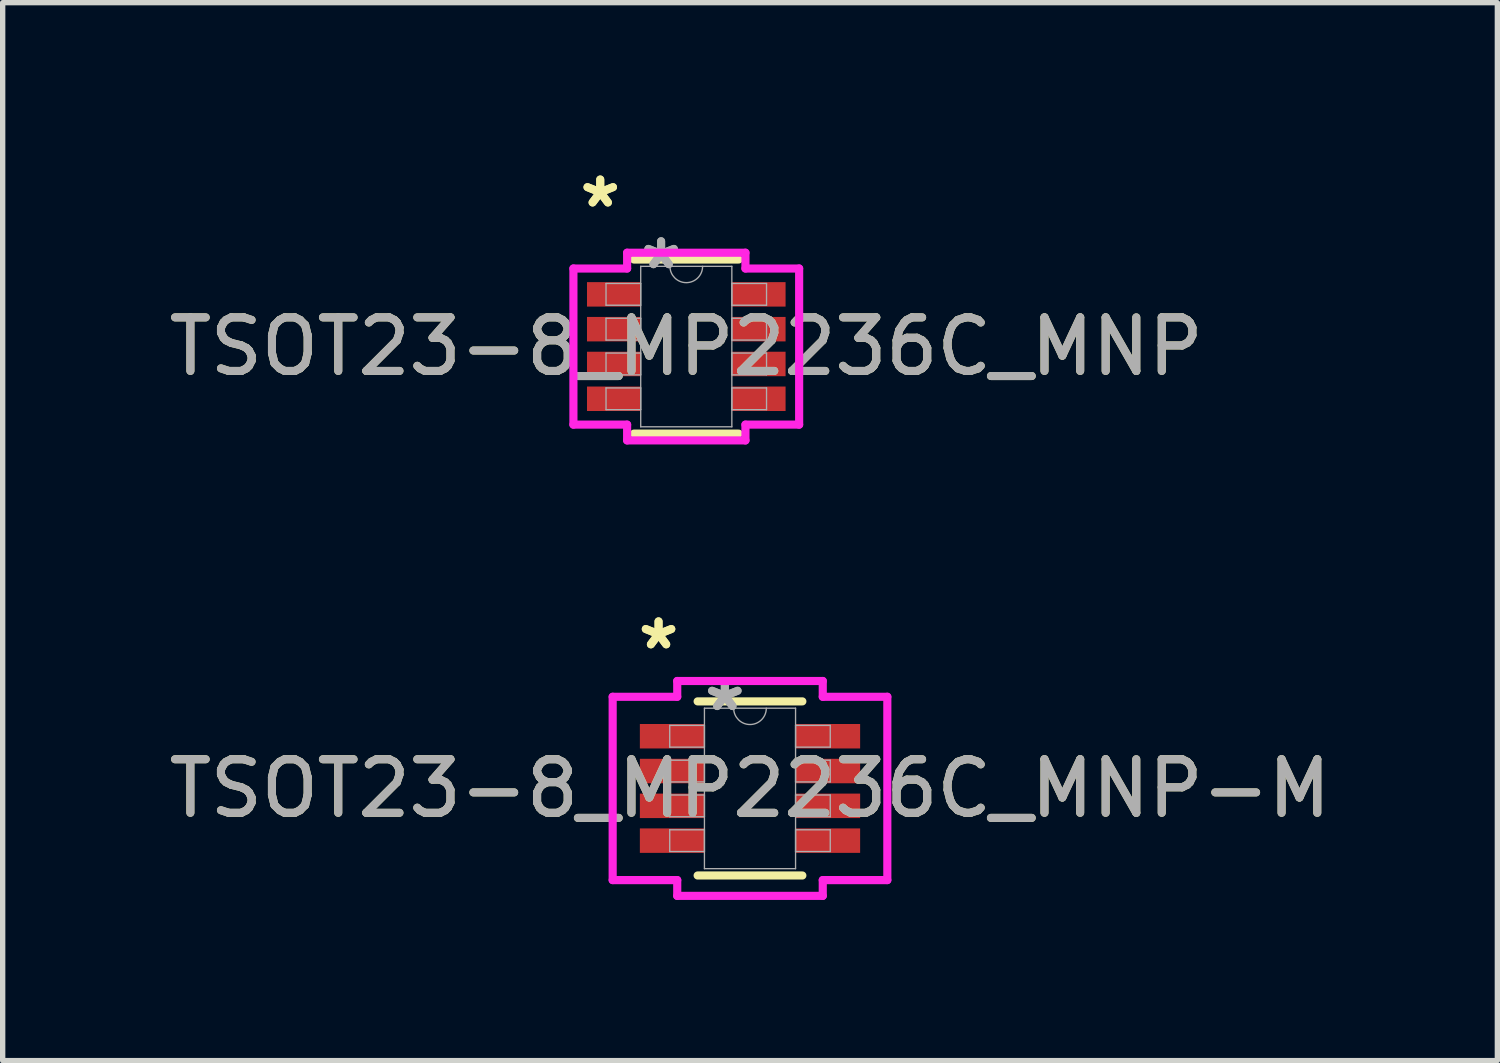
<source format=kicad_pcb>
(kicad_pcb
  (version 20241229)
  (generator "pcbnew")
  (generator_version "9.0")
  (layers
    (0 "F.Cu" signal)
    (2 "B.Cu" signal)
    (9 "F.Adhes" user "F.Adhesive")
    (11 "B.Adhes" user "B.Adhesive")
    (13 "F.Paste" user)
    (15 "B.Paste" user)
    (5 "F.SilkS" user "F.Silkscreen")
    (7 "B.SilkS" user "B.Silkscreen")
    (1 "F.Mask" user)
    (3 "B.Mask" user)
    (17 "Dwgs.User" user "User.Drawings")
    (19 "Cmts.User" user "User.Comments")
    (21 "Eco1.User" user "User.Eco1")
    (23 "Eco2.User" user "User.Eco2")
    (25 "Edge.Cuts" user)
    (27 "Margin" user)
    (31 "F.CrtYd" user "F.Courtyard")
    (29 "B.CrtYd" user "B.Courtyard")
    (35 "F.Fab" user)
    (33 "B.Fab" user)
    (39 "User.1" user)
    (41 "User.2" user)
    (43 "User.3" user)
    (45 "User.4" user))
  (footprint "TSOT23-8_MP2236C_MNP-M"
    (layer "F.Cu")
    (at 10.958 11.676)
    (property "Reference" "TSOT23-8_MP2236C_MNP-M" (at 0 0 0) (unlocked yes) (layer "F.SilkS") (effects (font (size 1 1) (thickness 0.15))))
    (attr smd)
    (fp_line (start -0.978 1.626) (end 0.978 1.626) (stroke (width 0.152) (type solid)) (layer "F.SilkS"))
    (fp_line (start 0.978 -1.626) (end -0.978 -1.626) (stroke (width 0.152) (type solid)) (layer "F.SilkS"))
    (fp_line (start -2.565 -1.712) (end -1.359 -1.712) (stroke (width 0.152) (type solid)) (layer "F.CrtYd"))
    (fp_line (start -2.565 1.712) (end -2.565 -1.712) (stroke (width 0.152) (type solid)) (layer "F.CrtYd"))
    (fp_line (start -2.565 1.712) (end -1.359 1.712) (stroke (width 0.152) (type solid)) (layer "F.CrtYd"))
    (fp_line (start -1.359 -2.007) (end 1.359 -2.007) (stroke (width 0.152) (type solid)) (layer "F.CrtYd"))
    (fp_line (start -1.359 -1.712) (end -1.359 -2.007) (stroke (width 0.152) (type solid)) (layer "F.CrtYd"))
    (fp_line (start -1.359 2.007) (end -1.359 1.712) (stroke (width 0.152) (type solid)) (layer "F.CrtYd"))
    (fp_line (start 1.359 -2.007) (end 1.359 -1.712) (stroke (width 0.152) (type solid)) (layer "F.CrtYd"))
    (fp_line (start 1.359 1.712) (end 1.359 2.007) (stroke (width 0.152) (type solid)) (layer "F.CrtYd"))
    (fp_line (start 1.359 2.007) (end -1.359 2.007) (stroke (width 0.152) (type solid)) (layer "F.CrtYd"))
    (fp_line (start 2.565 -1.712) (end 1.359 -1.712) (stroke (width 0.152) (type solid)) (layer "F.CrtYd"))
    (fp_line (start 2.565 -1.712) (end 2.565 1.712) (stroke (width 0.152) (type solid)) (layer "F.CrtYd"))
    (fp_line (start 2.565 1.712) (end 1.359 1.712) (stroke (width 0.152) (type solid)) (layer "F.CrtYd"))
    (fp_line (start -1.499 -1.178) (end -1.499 -0.772) (stroke (width 0.025) (type solid)) (layer "F.Fab"))
    (fp_line (start -1.499 -0.772) (end -0.851 -0.772) (stroke (width 0.025) (type solid)) (layer "F.Fab"))
    (fp_line (start -1.499 -0.528) (end -1.499 -0.122) (stroke (width 0.025) (type solid)) (layer "F.Fab"))
    (fp_line (start -1.499 -0.122) (end -0.851 -0.122) (stroke (width 0.025) (type solid)) (layer "F.Fab"))
    (fp_line (start -1.499 0.122) (end -1.499 0.528) (stroke (width 0.025) (type solid)) (layer "F.Fab"))
    (fp_line (start -1.499 0.528) (end -0.851 0.528) (stroke (width 0.025) (type solid)) (layer "F.Fab"))
    (fp_line (start -1.499 0.772) (end -1.499 1.178) (stroke (width 0.025) (type solid)) (layer "F.Fab"))
    (fp_line (start -1.499 1.178) (end -0.851 1.178) (stroke (width 0.025) (type solid)) (layer "F.Fab"))
    (fp_line (start -0.851 -1.499) (end -0.851 1.499) (stroke (width 0.025) (type solid)) (layer "F.Fab"))
    (fp_line (start -0.851 -1.178) (end -1.499 -1.178) (stroke (width 0.025) (type solid)) (layer "F.Fab"))
    (fp_line (start -0.851 -0.772) (end -0.851 -1.178) (stroke (width 0.025) (type solid)) (layer "F.Fab"))
    (fp_line (start -0.851 -0.528) (end -1.499 -0.528) (stroke (width 0.025) (type solid)) (layer "F.Fab"))
    (fp_line (start -0.851 -0.122) (end -0.851 -0.528) (stroke (width 0.025) (type solid)) (layer "F.Fab"))
    (fp_line (start -0.851 0.122) (end -1.499 0.122) (stroke (width 0.025) (type solid)) (layer "F.Fab"))
    (fp_line (start -0.851 0.528) (end -0.851 0.122) (stroke (width 0.025) (type solid)) (layer "F.Fab"))
    (fp_line (start -0.851 0.772) (end -1.499 0.772) (stroke (width 0.025) (type solid)) (layer "F.Fab"))
    (fp_line (start -0.851 1.178) (end -0.851 0.772) (stroke (width 0.025) (type solid)) (layer "F.Fab"))
    (fp_line (start -0.851 1.499) (end 0.851 1.499) (stroke (width 0.025) (type solid)) (layer "F.Fab"))
    (fp_line (start 0.851 -1.499) (end -0.851 -1.499) (stroke (width 0.025) (type solid)) (layer "F.Fab"))
    (fp_line (start 0.851 -1.178) (end 0.851 -0.772) (stroke (width 0.025) (type solid)) (layer "F.Fab"))
    (fp_line (start 0.851 -0.772) (end 1.499 -0.772) (stroke (width 0.025) (type solid)) (layer "F.Fab"))
    (fp_line (start 0.851 -0.528) (end 0.851 -0.122) (stroke (width 0.025) (type solid)) (layer "F.Fab"))
    (fp_line (start 0.851 -0.122) (end 1.499 -0.122) (stroke (width 0.025) (type solid)) (layer "F.Fab"))
    (fp_line (start 0.851 0.122) (end 0.851 0.528) (stroke (width 0.025) (type solid)) (layer "F.Fab"))
    (fp_line (start 0.851 0.528) (end 1.499 0.528) (stroke (width 0.025) (type solid)) (layer "F.Fab"))
    (fp_line (start 0.851 0.772) (end 0.851 1.178) (stroke (width 0.025) (type solid)) (layer "F.Fab"))
    (fp_line (start 0.851 1.178) (end 1.499 1.178) (stroke (width 0.025) (type solid)) (layer "F.Fab"))
    (fp_line (start 0.851 1.499) (end 0.851 -1.499) (stroke (width 0.025) (type solid)) (layer "F.Fab"))
    (fp_line (start 1.499 -1.178) (end 0.851 -1.178) (stroke (width 0.025) (type solid)) (layer "F.Fab"))
    (fp_line (start 1.499 -0.772) (end 1.499 -1.178) (stroke (width 0.025) (type solid)) (layer "F.Fab"))
    (fp_line (start 1.499 -0.528) (end 0.851 -0.528) (stroke (width 0.025) (type solid)) (layer "F.Fab"))
    (fp_line (start 1.499 -0.122) (end 1.499 -0.528) (stroke (width 0.025) (type solid)) (layer "F.Fab"))
    (fp_line (start 1.499 0.122) (end 0.851 0.122) (stroke (width 0.025) (type solid)) (layer "F.Fab"))
    (fp_line (start 1.499 0.528) (end 1.499 0.122) (stroke (width 0.025) (type solid)) (layer "F.Fab"))
    (fp_line (start 1.499 0.772) (end 0.851 0.772) (stroke (width 0.025) (type solid)) (layer "F.Fab"))
    (fp_line (start 1.499 1.178) (end 1.499 0.772) (stroke (width 0.025) (type solid)) (layer "F.Fab"))
    (fp_arc (start 0.3048 -1.4986) (mid 0 -1.1938) (end -0.3048 -1.4986) (stroke (width 0.0254) (type solid)) (layer "F.Fab"))
    (fp_text user "*" (at -1.708 -2.575 0) (unlocked yes) (layer "F.SilkS") (effects (font (size 1 1) (thickness 0.15))))
    (fp_text user "*" (at -1.708 -2.575 0) (layer "F.SilkS") (effects (font (size 1 1) (thickness 0.15))))
    (fp_text user "${REFERENCE}" (at 0 0 0) (unlocked yes) (layer "F.Fab") (effects (font (size 1 1) (thickness 0.15))))
    (fp_text user "*" (at -0.47 -1.422 0) (unlocked yes) (layer "F.Fab") (effects (font (size 1 1) (thickness 0.15))))
    (fp_text user "*" (at -0.47 -1.422 0) (layer "F.Fab") (effects (font (size 1 1) (thickness 0.15))))
    (pad "1" smd rect (at -1.454 -0.975) (size 1.206 0.457) (layers "F.Cu" "F.Mask" "F.Paste"))
    (pad "2" smd rect (at -1.454 -0.325) (size 1.206 0.457) (layers "F.Cu" "F.Mask" "F.Paste"))
    (pad "3" smd rect (at -1.454 0.325) (size 1.206 0.457) (layers "F.Cu" "F.Mask" "F.Paste"))
    (pad "4" smd rect (at -1.454 0.975) (size 1.206 0.457) (layers "F.Cu" "F.Mask" "F.Paste"))
    (pad "5" smd rect (at 1.454 0.975) (size 1.206 0.457) (layers "F.Cu" "F.Mask" "F.Paste"))
    (pad "6" smd rect (at 1.454 0.325) (size 1.206 0.457) (layers "F.Cu" "F.Mask" "F.Paste"))
    (pad "7" smd rect (at 1.454 -0.325) (size 1.206 0.457) (layers "F.Cu" "F.Mask" "F.Paste"))
    (pad "8" smd rect (at 1.454 -0.975) (size 1.206 0.457) (layers "F.Cu" "F.Mask" "F.Paste")))
  (footprint "TSOT23-8_MP2236C_MNP"
    (layer "F.Cu")
    (at 9.768 3.423)
    (property "Reference" "TSOT23-8_MP2236C_MNP" (at 0 0 0) (unlocked yes) (layer "F.SilkS") (effects (font (size 1 1) (thickness 0.15))))
    (attr smd)
    (fp_line (start -0.978 1.626) (end 0.978 1.626) (stroke (width 0.152) (type solid)) (layer "F.SilkS"))
    (fp_line (start 0.978 -1.626) (end -0.978 -1.626) (stroke (width 0.152) (type solid)) (layer "F.SilkS"))
    (fp_line (start -2.108 -1.458) (end -1.105 -1.458) (stroke (width 0.152) (type solid)) (layer "F.CrtYd"))
    (fp_line (start -2.108 1.458) (end -2.108 -1.458) (stroke (width 0.152) (type solid)) (layer "F.CrtYd"))
    (fp_line (start -2.108 1.458) (end -1.105 1.458) (stroke (width 0.152) (type solid)) (layer "F.CrtYd"))
    (fp_line (start -1.105 -1.753) (end 1.105 -1.753) (stroke (width 0.152) (type solid)) (layer "F.CrtYd"))
    (fp_line (start -1.105 -1.458) (end -1.105 -1.753) (stroke (width 0.152) (type solid)) (layer "F.CrtYd"))
    (fp_line (start -1.105 1.753) (end -1.105 1.458) (stroke (width 0.152) (type solid)) (layer "F.CrtYd"))
    (fp_line (start 1.105 -1.753) (end 1.105 -1.458) (stroke (width 0.152) (type solid)) (layer "F.CrtYd"))
    (fp_line (start 1.105 1.458) (end 1.105 1.753) (stroke (width 0.152) (type solid)) (layer "F.CrtYd"))
    (fp_line (start 1.105 1.753) (end -1.105 1.753) (stroke (width 0.152) (type solid)) (layer "F.CrtYd"))
    (fp_line (start 2.108 -1.458) (end 1.105 -1.458) (stroke (width 0.152) (type solid)) (layer "F.CrtYd"))
    (fp_line (start 2.108 -1.458) (end 2.108 1.458) (stroke (width 0.152) (type solid)) (layer "F.CrtYd"))
    (fp_line (start 2.108 1.458) (end 1.105 1.458) (stroke (width 0.152) (type solid)) (layer "F.CrtYd"))
    (fp_line (start -1.499 -1.178) (end -1.499 -0.772) (stroke (width 0.025) (type solid)) (layer "F.Fab"))
    (fp_line (start -1.499 -0.772) (end -0.851 -0.772) (stroke (width 0.025) (type solid)) (layer "F.Fab"))
    (fp_line (start -1.499 -0.528) (end -1.499 -0.122) (stroke (width 0.025) (type solid)) (layer "F.Fab"))
    (fp_line (start -1.499 -0.122) (end -0.851 -0.122) (stroke (width 0.025) (type solid)) (layer "F.Fab"))
    (fp_line (start -1.499 0.122) (end -1.499 0.528) (stroke (width 0.025) (type solid)) (layer "F.Fab"))
    (fp_line (start -1.499 0.528) (end -0.851 0.528) (stroke (width 0.025) (type solid)) (layer "F.Fab"))
    (fp_line (start -1.499 0.772) (end -1.499 1.178) (stroke (width 0.025) (type solid)) (layer "F.Fab"))
    (fp_line (start -1.499 1.178) (end -0.851 1.178) (stroke (width 0.025) (type solid)) (layer "F.Fab"))
    (fp_line (start -0.851 -1.499) (end -0.851 1.499) (stroke (width 0.025) (type solid)) (layer "F.Fab"))
    (fp_line (start -0.851 -1.178) (end -1.499 -1.178) (stroke (width 0.025) (type solid)) (layer "F.Fab"))
    (fp_line (start -0.851 -0.772) (end -0.851 -1.178) (stroke (width 0.025) (type solid)) (layer "F.Fab"))
    (fp_line (start -0.851 -0.528) (end -1.499 -0.528) (stroke (width 0.025) (type solid)) (layer "F.Fab"))
    (fp_line (start -0.851 -0.122) (end -0.851 -0.528) (stroke (width 0.025) (type solid)) (layer "F.Fab"))
    (fp_line (start -0.851 0.122) (end -1.499 0.122) (stroke (width 0.025) (type solid)) (layer "F.Fab"))
    (fp_line (start -0.851 0.528) (end -0.851 0.122) (stroke (width 0.025) (type solid)) (layer "F.Fab"))
    (fp_line (start -0.851 0.772) (end -1.499 0.772) (stroke (width 0.025) (type solid)) (layer "F.Fab"))
    (fp_line (start -0.851 1.178) (end -0.851 0.772) (stroke (width 0.025) (type solid)) (layer "F.Fab"))
    (fp_line (start -0.851 1.499) (end 0.851 1.499) (stroke (width 0.025) (type solid)) (layer "F.Fab"))
    (fp_line (start 0.851 -1.499) (end -0.851 -1.499) (stroke (width 0.025) (type solid)) (layer "F.Fab"))
    (fp_line (start 0.851 -1.178) (end 0.851 -0.772) (stroke (width 0.025) (type solid)) (layer "F.Fab"))
    (fp_line (start 0.851 -0.772) (end 1.499 -0.772) (stroke (width 0.025) (type solid)) (layer "F.Fab"))
    (fp_line (start 0.851 -0.528) (end 0.851 -0.122) (stroke (width 0.025) (type solid)) (layer "F.Fab"))
    (fp_line (start 0.851 -0.122) (end 1.499 -0.122) (stroke (width 0.025) (type solid)) (layer "F.Fab"))
    (fp_line (start 0.851 0.122) (end 0.851 0.528) (stroke (width 0.025) (type solid)) (layer "F.Fab"))
    (fp_line (start 0.851 0.528) (end 1.499 0.528) (stroke (width 0.025) (type solid)) (layer "F.Fab"))
    (fp_line (start 0.851 0.772) (end 0.851 1.178) (stroke (width 0.025) (type solid)) (layer "F.Fab"))
    (fp_line (start 0.851 1.178) (end 1.499 1.178) (stroke (width 0.025) (type solid)) (layer "F.Fab"))
    (fp_line (start 0.851 1.499) (end 0.851 -1.499) (stroke (width 0.025) (type solid)) (layer "F.Fab"))
    (fp_line (start 1.499 -1.178) (end 0.851 -1.178) (stroke (width 0.025) (type solid)) (layer "F.Fab"))
    (fp_line (start 1.499 -0.772) (end 1.499 -1.178) (stroke (width 0.025) (type solid)) (layer "F.Fab"))
    (fp_line (start 1.499 -0.528) (end 0.851 -0.528) (stroke (width 0.025) (type solid)) (layer "F.Fab"))
    (fp_line (start 1.499 -0.122) (end 1.499 -0.528) (stroke (width 0.025) (type solid)) (layer "F.Fab"))
    (fp_line (start 1.499 0.122) (end 0.851 0.122) (stroke (width 0.025) (type solid)) (layer "F.Fab"))
    (fp_line (start 1.499 0.528) (end 1.499 0.122) (stroke (width 0.025) (type solid)) (layer "F.Fab"))
    (fp_line (start 1.499 0.772) (end 0.851 0.772) (stroke (width 0.025) (type solid)) (layer "F.Fab"))
    (fp_line (start 1.499 1.178) (end 1.499 0.772) (stroke (width 0.025) (type solid)) (layer "F.Fab"))
    (fp_arc (start 0.3048 -1.4986) (mid 0 -1.1938) (end -0.3048 -1.4986) (stroke (width 0.0254) (type solid)) (layer "F.Fab"))
    (fp_text user "*" (at -1.607 -2.575 0) (layer "F.SilkS") (effects (font (size 1 1) (thickness 0.15))))
    (fp_text user "*" (at -1.607 -2.575 0) (unlocked yes) (layer "F.SilkS") (effects (font (size 1 1) (thickness 0.15))))
    (fp_text user "*" (at -0.47 -1.422 0) (layer "F.Fab") (effects (font (size 1 1) (thickness 0.15))))
    (fp_text user "*" (at -0.47 -1.422 0) (unlocked yes) (layer "F.Fab") (effects (font (size 1 1) (thickness 0.15))))
    (fp_text user "${REFERENCE}" (at 0 0 0) (unlocked yes) (layer "F.Fab") (effects (font (size 1 1) (thickness 0.15))))
    (pad "1" smd rect (at -1.353 -0.975) (size 1.003 0.457) (layers "F.Cu" "F.Mask" "F.Paste"))
    (pad "2" smd rect (at -1.353 -0.325) (size 1.003 0.457) (layers "F.Cu" "F.Mask" "F.Paste"))
    (pad "3" smd rect (at -1.353 0.325) (size 1.003 0.457) (layers "F.Cu" "F.Mask" "F.Paste"))
    (pad "4" smd rect (at -1.353 0.975) (size 1.003 0.457) (layers "F.Cu" "F.Mask" "F.Paste"))
    (pad "5" smd rect (at 1.353 0.975) (size 1.003 0.457) (layers "F.Cu" "F.Mask" "F.Paste"))
    (pad "6" smd rect (at 1.353 0.325) (size 1.003 0.457) (layers "F.Cu" "F.Mask" "F.Paste"))
    (pad "7" smd rect (at 1.353 -0.325) (size 1.003 0.457) (layers "F.Cu" "F.Mask" "F.Paste"))
    (pad "8" smd rect (at 1.353 -0.975) (size 1.003 0.457) (layers "F.Cu" "F.Mask" "F.Paste")))
  (gr_rect
    (start -3 -3)
    (end 24.917 16.759)
    (stroke (width 0.1) (type default))
    (fill no)
    (layer "Edge.Cuts")))
</source>
